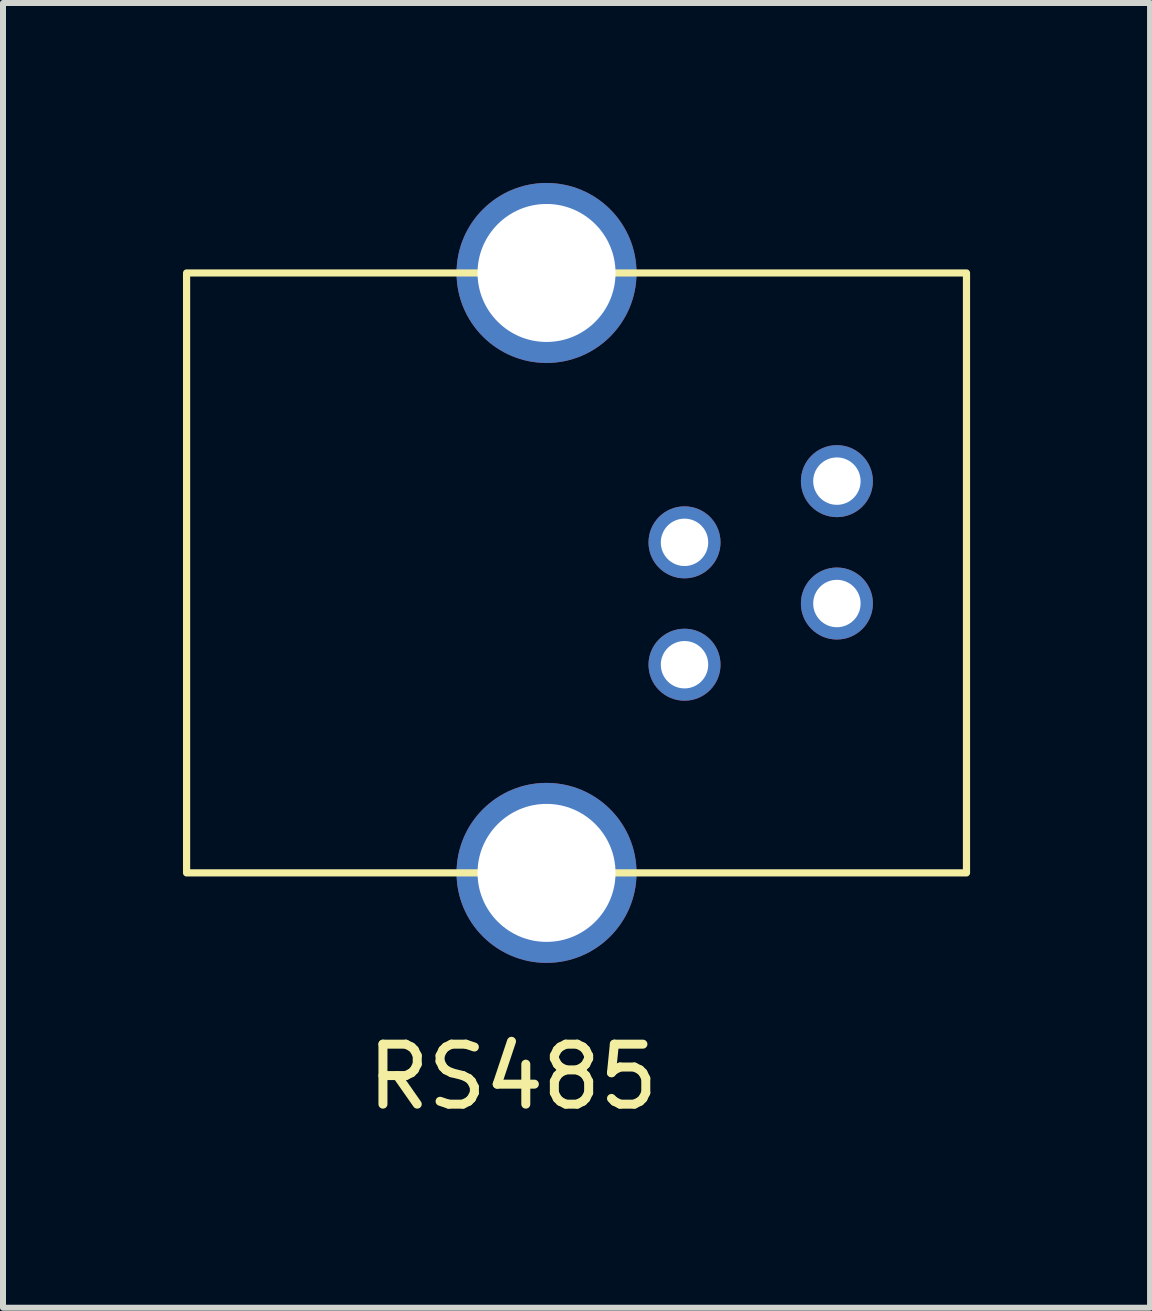
<source format=kicad_pcb>
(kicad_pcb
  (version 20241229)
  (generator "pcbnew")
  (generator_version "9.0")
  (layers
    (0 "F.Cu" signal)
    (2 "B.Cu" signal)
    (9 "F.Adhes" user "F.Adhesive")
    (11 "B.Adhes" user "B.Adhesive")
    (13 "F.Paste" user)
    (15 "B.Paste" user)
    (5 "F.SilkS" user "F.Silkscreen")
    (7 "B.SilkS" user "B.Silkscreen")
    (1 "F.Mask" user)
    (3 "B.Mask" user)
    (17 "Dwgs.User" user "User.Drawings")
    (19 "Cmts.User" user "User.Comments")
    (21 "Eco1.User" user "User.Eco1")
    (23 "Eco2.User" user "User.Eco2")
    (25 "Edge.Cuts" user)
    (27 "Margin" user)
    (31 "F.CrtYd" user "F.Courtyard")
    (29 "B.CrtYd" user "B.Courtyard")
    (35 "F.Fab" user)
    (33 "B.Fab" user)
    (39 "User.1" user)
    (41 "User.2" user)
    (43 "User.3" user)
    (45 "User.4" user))
  (footprint "RS485"
    (layer "F.Cu")
    (at 5.5 15.4)
    (property "Reference" "RS485" (at 0 -0.5 0) (unlocked yes) (layer "F.SilkS") (effects (font (size 1 1) (thickness 0.15))))
    (attr through_hole)
    (fp_rect (start 7.56 -13.9) (end -5.44 -3.9) (stroke (width 0.12) (type solid)) (fill no) (layer "F.SilkS"))
    (pad "" thru_hole circle (at 0.56 -13.9 90) (size 3 3) (drill 2.3) (layers "*.Cu" "*.Mask"))
    (pad "" thru_hole circle (at 0.56 -3.9 90) (size 3 3) (drill 2.3) (layers "*.Cu" "*.Mask"))
    (pad "1" thru_hole circle (at 2.86 -7.37 90) (size 1.2 1.2) (drill 0.79) (layers "*.Cu" "*.Mask"))
    (pad "2" thru_hole circle (at 5.4 -8.39 90) (size 1.2 1.2) (drill 0.79) (layers "*.Cu" "*.Mask"))
    (pad "3" thru_hole circle (at 2.86 -9.41 90) (size 1.2 1.2) (drill 0.79) (layers "*.Cu" "*.Mask"))
    (pad "4" thru_hole circle (at 5.4 -10.43 90) (size 1.2 1.2) (drill 0.79) (layers "*.Cu" "*.Mask")))
  (gr_rect
    (start -3 -3)
    (end 16.12 18.748)
    (stroke (width 0.1) (type default))
    (fill no)
    (layer "Edge.Cuts")))
</source>
